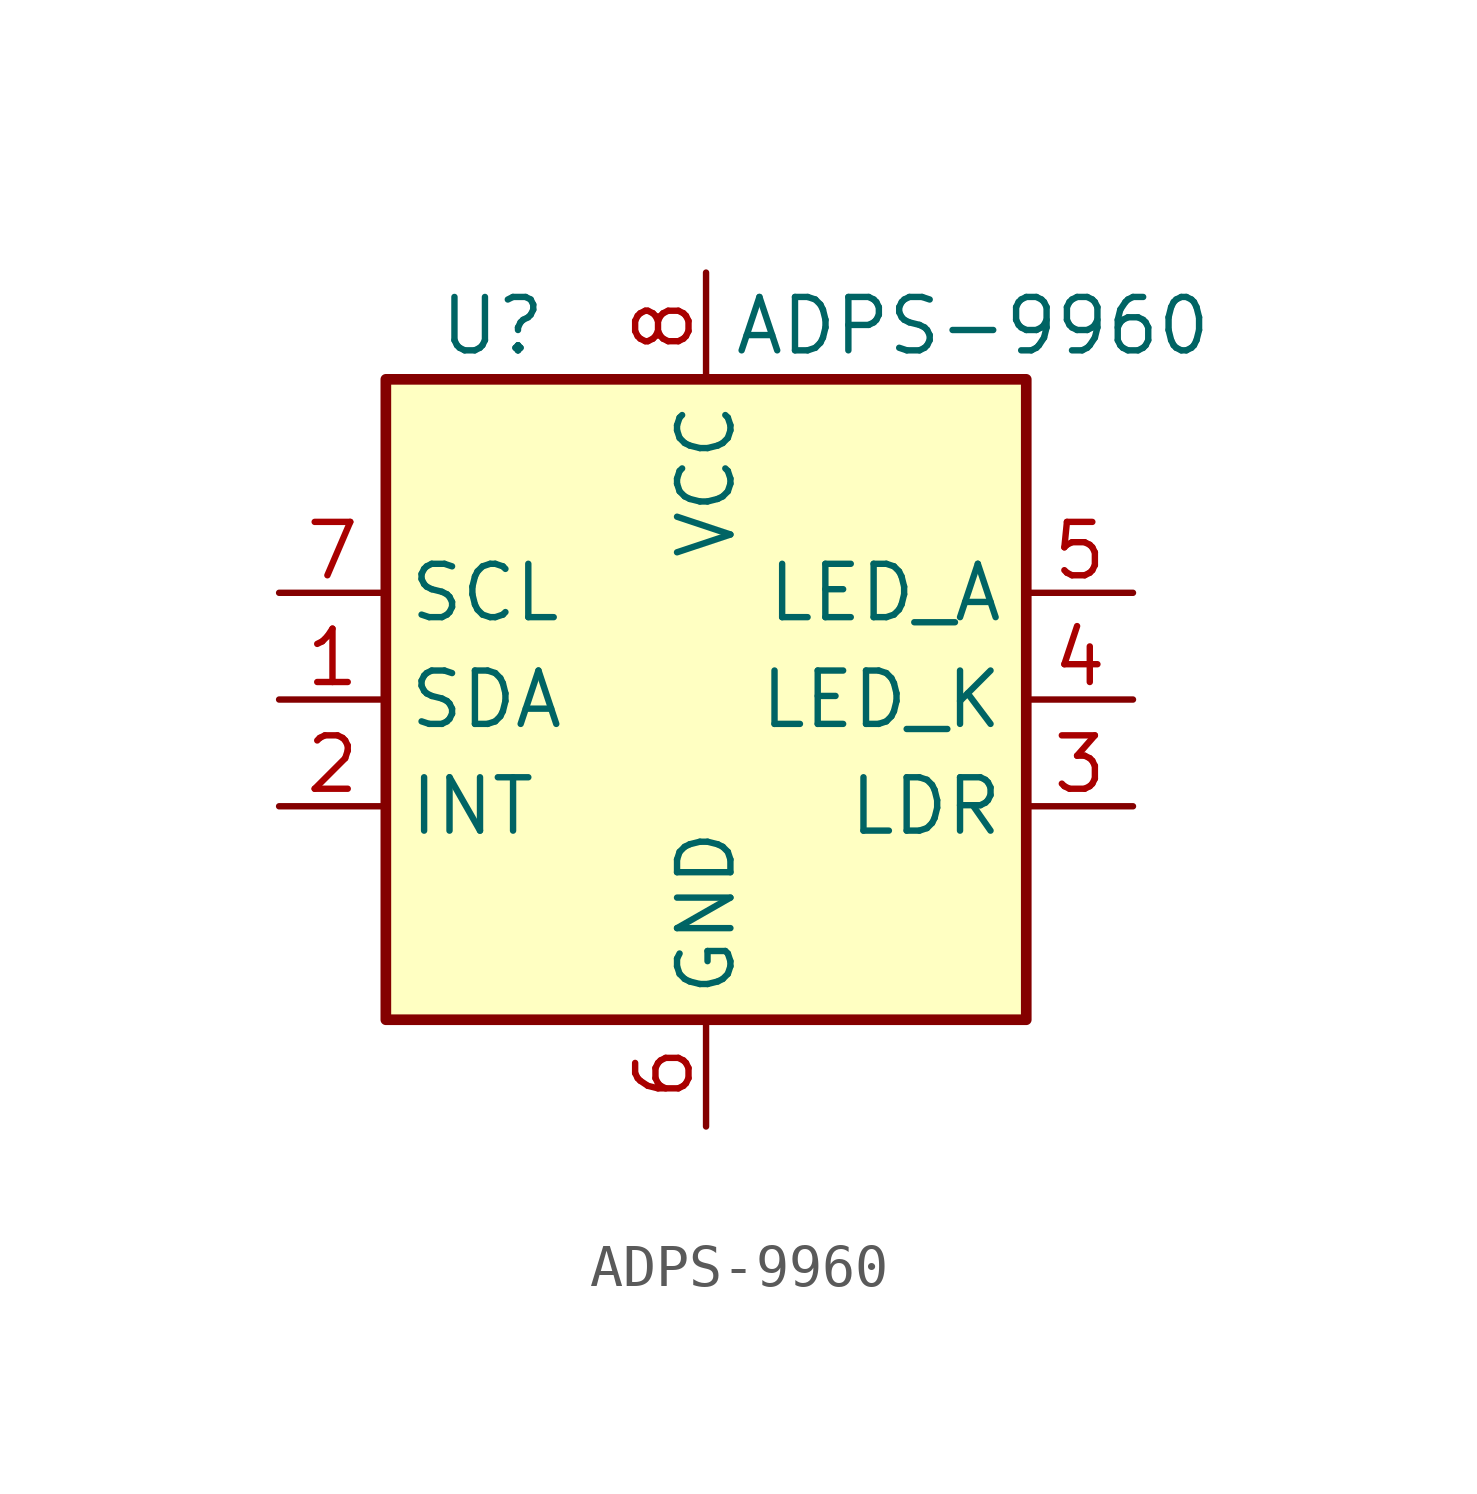
<source format=kicad_sym>
(kicad_symbol_lib
  (version 20211014)
  (generator kicad_symbol_editor)
  (symbol "ADPS-9960"
    (property "Reference" "U"
      (at -5.08 8.89 0)
      (effects (font (size 1.27 1.27))))
    (property "Value" "ADPS-9960"
      (at 6.35 8.89 0)
      (effects (font (size 1.27 1.27))))
    (symbol "ADPS-9960_0_1"
      (rectangle (start -7.62 7.62) (end 7.62 -7.62) (stroke (width 0.254) (type default) (color 0 0 0 0)) (fill (type background))))
    (symbol "ADPS-9960_1_1"
      (pin bidirectional line (at -10.16 0 0) (length 2.54) (name "SDA" (effects (font (size 1.27 1.27)))) (number "1" (effects (font (size 1.27 1.27)))))
      (pin open_collector line (at -10.16 -2.54 0) (length 2.54) (name "INT" (effects (font (size 1.27 1.27)))) (number "2" (effects (font (size 1.27 1.27)))))
      (pin passive line (at 10.16 -2.54 180) (length 2.54) (name "LDR" (effects (font (size 1.27 1.27)))) (number "3" (effects (font (size 1.27 1.27)))))
      (pin passive line (at 10.16 0 180) (length 2.54) (name "LED_K" (effects (font (size 1.27 1.27)))) (number "4" (effects (font (size 1.27 1.27)))))
      (pin passive line (at 10.16 2.54 180) (length 2.54) (name "LED_A" (effects (font (size 1.27 1.27)))) (number "5" (effects (font (size 1.27 1.27)))))
      (pin power_in line (at 0 -10.16 90) (length 2.54) (name "GND" (effects (font (size 1.27 1.27)))) (number "6" (effects (font (size 1.27 1.27)))))
      (pin input line (at -10.16 2.54 0) (length 2.54) (name "SCL" (effects (font (size 1.27 1.27)))) (number "7" (effects (font (size 1.27 1.27)))))
      (pin power_in line (at 0 10.16 270) (length 2.54) (name "VCC" (effects (font (size 1.27 1.27)))) (number "8" (effects (font (size 1.27 1.27))))))))
</source>
